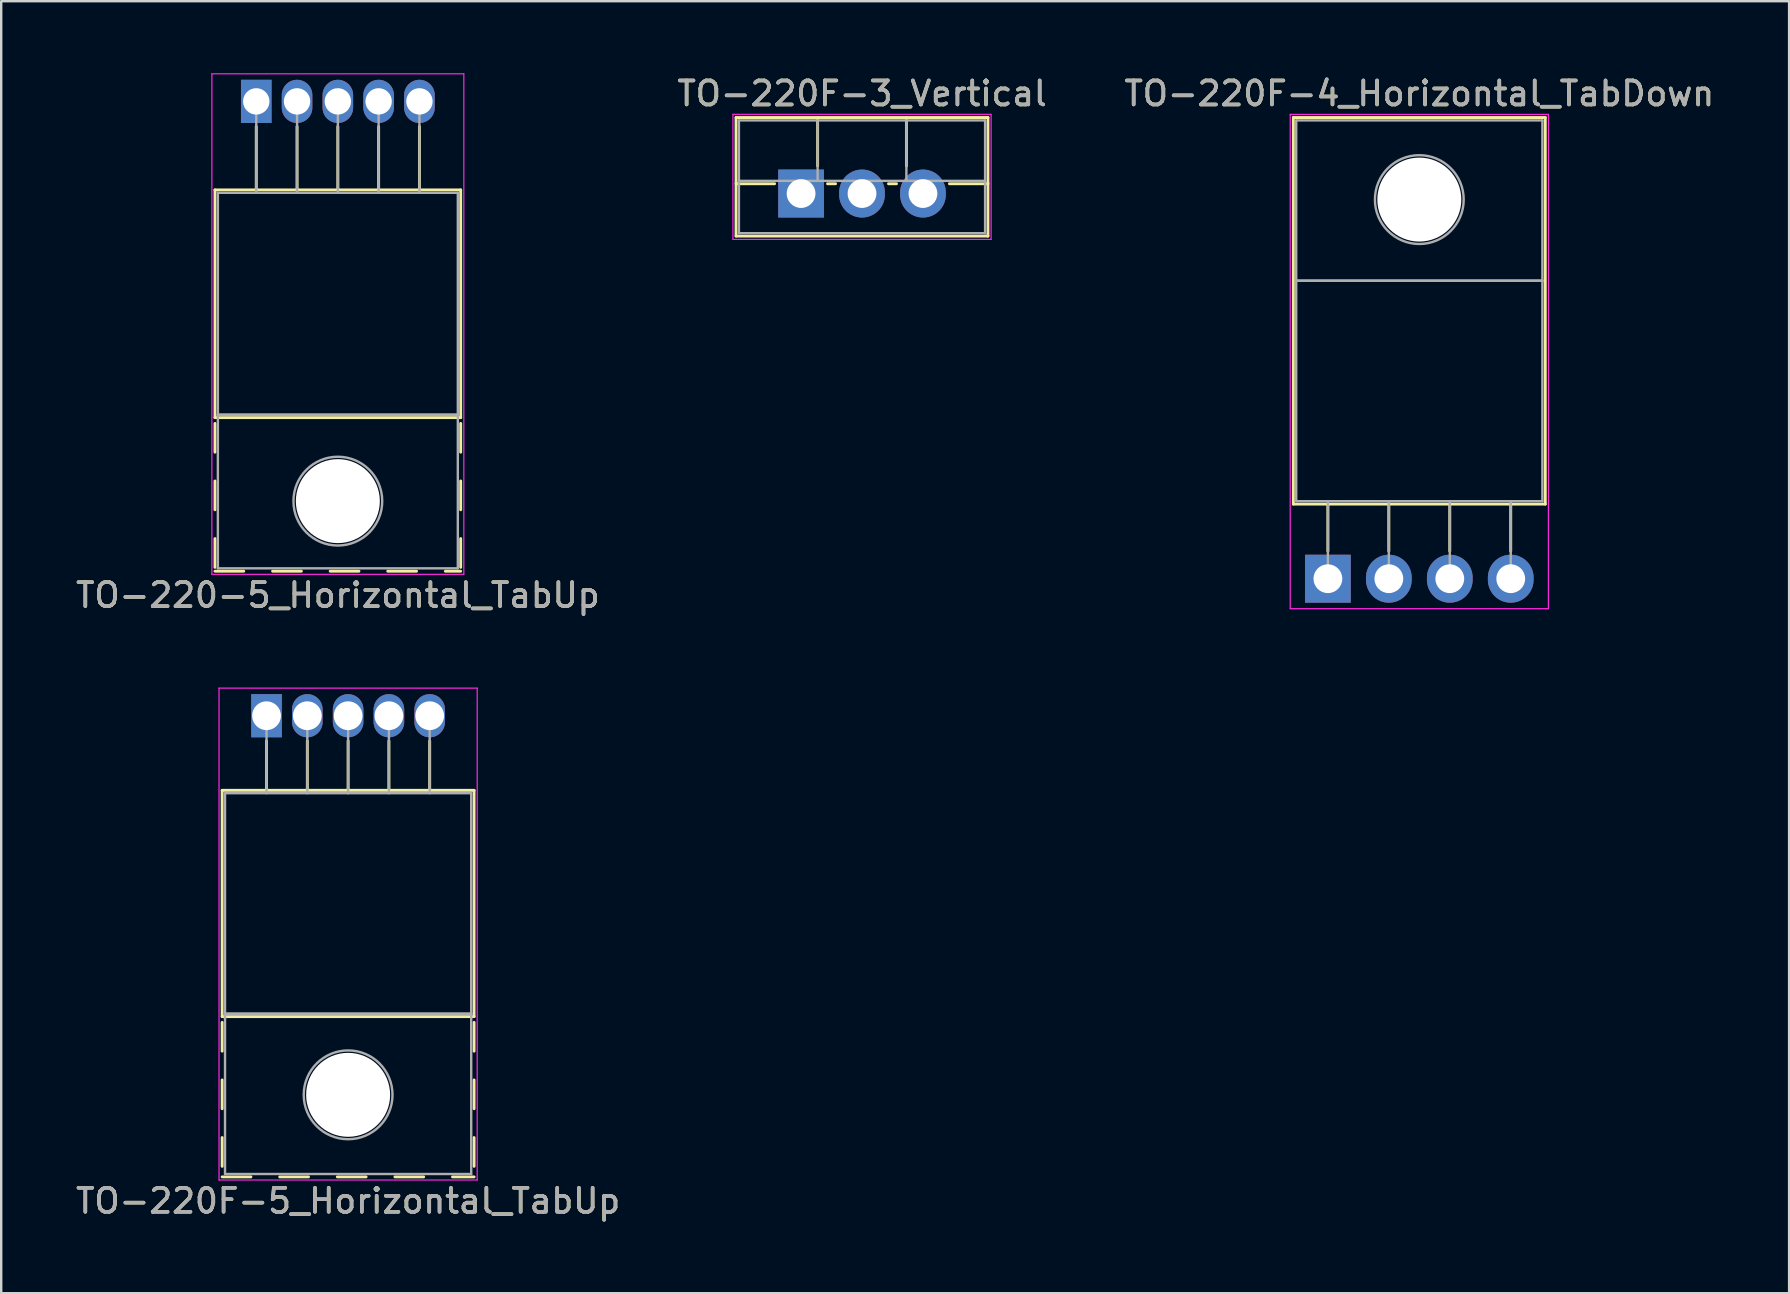
<source format=kicad_pcb>
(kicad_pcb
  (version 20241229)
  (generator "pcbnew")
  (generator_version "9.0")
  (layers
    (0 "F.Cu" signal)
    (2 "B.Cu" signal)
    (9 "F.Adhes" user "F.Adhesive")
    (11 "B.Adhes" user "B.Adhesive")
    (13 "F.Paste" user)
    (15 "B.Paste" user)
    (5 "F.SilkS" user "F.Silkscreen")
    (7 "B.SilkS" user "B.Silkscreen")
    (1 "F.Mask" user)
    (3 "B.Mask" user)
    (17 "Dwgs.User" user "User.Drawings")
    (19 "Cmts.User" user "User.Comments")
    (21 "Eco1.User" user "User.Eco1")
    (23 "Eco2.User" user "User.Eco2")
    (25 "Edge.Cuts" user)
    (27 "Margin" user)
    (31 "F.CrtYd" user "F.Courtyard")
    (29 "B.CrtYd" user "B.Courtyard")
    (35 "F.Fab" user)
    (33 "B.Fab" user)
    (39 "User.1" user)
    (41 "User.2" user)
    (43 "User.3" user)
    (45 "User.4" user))
  (footprint "TO-220F-5_Horizontal_TabUp"
    (layer "F.Cu")
    (at 8.058 26.778)
    (property "Reference" "TO-220F-5_Horizontal_TabUp" (at 3.4 20.22 0) (layer "F.SilkS") (effects (font (size 1 1) (thickness 0.15))))
    (attr through_hole)
    (fp_line (start -1.85 3.11) (end -1.85 12.54) (stroke (width 0.12) (type solid)) (layer "F.SilkS"))
    (fp_line (start -1.85 3.11) (end 8.65 3.11) (stroke (width 0.12) (type solid)) (layer "F.SilkS"))
    (fp_line (start -1.85 12.54) (end 8.65 12.54) (stroke (width 0.12) (type solid)) (layer "F.SilkS"))
    (fp_line (start -1.85 12.78) (end -1.85 13.98) (stroke (width 0.12) (type solid)) (layer "F.SilkS"))
    (fp_line (start -1.85 15.18) (end -1.85 16.38) (stroke (width 0.12) (type solid)) (layer "F.SilkS"))
    (fp_line (start -1.85 17.58) (end -1.85 18.78) (stroke (width 0.12) (type solid)) (layer "F.SilkS"))
    (fp_line (start -1.85 19.22) (end -0.651 19.22) (stroke (width 0.12) (type solid)) (layer "F.SilkS"))
    (fp_line (start 0 1.05) (end 0 3.11) (stroke (width 0.12) (type solid)) (layer "F.SilkS"))
    (fp_line (start 0.55 19.22) (end 1.75 19.22) (stroke (width 0.12) (type solid)) (layer "F.SilkS"))
    (fp_line (start 1.7 1.05) (end 1.7 3.11) (stroke (width 0.12) (type solid)) (layer "F.SilkS"))
    (fp_line (start 2.95 19.22) (end 4.15 19.22) (stroke (width 0.12) (type solid)) (layer "F.SilkS"))
    (fp_line (start 3.4 1.05) (end 3.4 3.11) (stroke (width 0.12) (type solid)) (layer "F.SilkS"))
    (fp_line (start 5.1 1.05) (end 5.1 3.11) (stroke (width 0.12) (type solid)) (layer "F.SilkS"))
    (fp_line (start 5.35 19.22) (end 6.55 19.22) (stroke (width 0.12) (type solid)) (layer "F.SilkS"))
    (fp_line (start 6.8 1.05) (end 6.8 3.11) (stroke (width 0.12) (type solid)) (layer "F.SilkS"))
    (fp_line (start 7.75 19.22) (end 8.65 19.22) (stroke (width 0.12) (type solid)) (layer "F.SilkS"))
    (fp_line (start 8.65 3.11) (end 8.65 12.54) (stroke (width 0.12) (type solid)) (layer "F.SilkS"))
    (fp_line (start 8.65 12.78) (end 8.65 13.98) (stroke (width 0.12) (type solid)) (layer "F.SilkS"))
    (fp_line (start 8.65 15.18) (end 8.65 16.38) (stroke (width 0.12) (type solid)) (layer "F.SilkS"))
    (fp_line (start 8.65 17.58) (end 8.65 18.78) (stroke (width 0.12) (type solid)) (layer "F.SilkS"))
    (fp_line (start -1.98 -1.15) (end -1.98 19.35) (stroke (width 0.05) (type solid)) (layer "F.CrtYd"))
    (fp_line (start -1.98 19.35) (end 8.78 19.35) (stroke (width 0.05) (type solid)) (layer "F.CrtYd"))
    (fp_line (start 8.78 -1.15) (end -1.98 -1.15) (stroke (width 0.05) (type solid)) (layer "F.CrtYd"))
    (fp_line (start 8.78 19.35) (end 8.78 -1.15) (stroke (width 0.05) (type solid)) (layer "F.CrtYd"))
    (fp_line (start -1.73 3.23) (end -1.73 12.42) (stroke (width 0.1) (type solid)) (layer "F.Fab"))
    (fp_line (start -1.73 12.42) (end -1.73 19.1) (stroke (width 0.1) (type solid)) (layer "F.Fab"))
    (fp_line (start -1.73 12.42) (end 8.53 12.42) (stroke (width 0.1) (type solid)) (layer "F.Fab"))
    (fp_line (start -1.73 19.1) (end 8.53 19.1) (stroke (width 0.1) (type solid)) (layer "F.Fab"))
    (fp_line (start 0 3.23) (end 0 0) (stroke (width 0.1) (type solid)) (layer "F.Fab"))
    (fp_line (start 1.7 3.23) (end 1.7 0) (stroke (width 0.1) (type solid)) (layer "F.Fab"))
    (fp_line (start 3.4 3.23) (end 3.4 0) (stroke (width 0.1) (type solid)) (layer "F.Fab"))
    (fp_line (start 5.1 3.23) (end 5.1 0) (stroke (width 0.1) (type solid)) (layer "F.Fab"))
    (fp_line (start 6.8 3.23) (end 6.8 0) (stroke (width 0.1) (type solid)) (layer "F.Fab"))
    (fp_line (start 8.53 3.23) (end -1.73 3.23) (stroke (width 0.1) (type solid)) (layer "F.Fab"))
    (fp_line (start 8.53 12.42) (end -1.73 12.42) (stroke (width 0.1) (type solid)) (layer "F.Fab"))
    (fp_line (start 8.53 12.42) (end 8.53 3.23) (stroke (width 0.1) (type solid)) (layer "F.Fab"))
    (fp_line (start 8.53 19.1) (end 8.53 12.42) (stroke (width 0.1) (type solid)) (layer "F.Fab"))
    (fp_circle (center 3.4 15.8) (end 5.25 15.8) (stroke (width 0.1) (type solid)) (fill no) (layer "F.Fab"))
    (fp_text user "${REFERENCE}" (at 3.4 20.22 0) (layer "F.Fab") (effects (font (size 1 1) (thickness 0.15))))
    (pad "" np_thru_hole oval (at 3.4 15.8) (size 3.5 3.5) (drill 3.5) (layers "*.Cu" "*.Mask"))
    (pad "1" thru_hole rect (at 0 0) (size 1.275 1.8) (drill 1.2) (layers "*.Cu" "*.Mask"))
    (pad "2" thru_hole oval (at 1.7 0) (size 1.275 1.8) (drill 1.2) (layers "*.Cu" "*.Mask"))
    (pad "3" thru_hole oval (at 3.4 0) (size 1.275 1.8) (drill 1.2) (layers "*.Cu" "*.Mask"))
    (pad "4" thru_hole oval (at 5.1 0) (size 1.275 1.8) (drill 1.2) (layers "*.Cu" "*.Mask"))
    (pad "5" thru_hole oval (at 6.8 0) (size 1.275 1.8) (drill 1.2) (layers "*.Cu" "*.Mask")))
  (footprint "TO-220F-3_Vertical"
    (layer "F.Cu")
    (at 30.335 5.016)
    (property "Reference" "TO-220F-3_Vertical" (at 2.54 -4.168 0) (layer "F.SilkS") (effects (font (size 1 1) (thickness 0.15))))
    (attr through_hole)
    (fp_line (start -2.71 -3.168) (end -2.71 1.773) (stroke (width 0.12) (type solid)) (layer "F.SilkS"))
    (fp_line (start -2.71 -3.168) (end 7.79 -3.168) (stroke (width 0.12) (type solid)) (layer "F.SilkS"))
    (fp_line (start -2.71 -0.408) (end -1.103 -0.408) (stroke (width 0.12) (type solid)) (layer "F.SilkS"))
    (fp_line (start -2.71 1.773) (end 7.79 1.773) (stroke (width 0.12) (type solid)) (layer "F.SilkS"))
    (fp_line (start 0.69 -3.168) (end 0.69 -1.15) (stroke (width 0.12) (type solid)) (layer "F.SilkS"))
    (fp_line (start 1.103 -0.408) (end 1.438 -0.408) (stroke (width 0.12) (type solid)) (layer "F.SilkS"))
    (fp_line (start 3.643 -0.408) (end 3.978 -0.408) (stroke (width 0.12) (type solid)) (layer "F.SilkS"))
    (fp_line (start 4.391 -3.168) (end 4.391 -1.15) (stroke (width 0.12) (type solid)) (layer "F.SilkS"))
    (fp_line (start 6.183 -0.408) (end 7.79 -0.408) (stroke (width 0.12) (type solid)) (layer "F.SilkS"))
    (fp_line (start 7.79 -3.168) (end 7.79 1.773) (stroke (width 0.12) (type solid)) (layer "F.SilkS"))
    (fp_line (start -2.84 -3.3) (end -2.84 1.91) (stroke (width 0.05) (type solid)) (layer "F.CrtYd"))
    (fp_line (start -2.84 1.91) (end 7.92 1.91) (stroke (width 0.05) (type solid)) (layer "F.CrtYd"))
    (fp_line (start 7.92 -3.3) (end -2.84 -3.3) (stroke (width 0.05) (type solid)) (layer "F.CrtYd"))
    (fp_line (start 7.92 1.91) (end 7.92 -3.3) (stroke (width 0.05) (type solid)) (layer "F.CrtYd"))
    (fp_line (start -2.59 -3.047) (end -2.59 1.653) (stroke (width 0.1) (type solid)) (layer "F.Fab"))
    (fp_line (start -2.59 -0.527) (end 7.67 -0.527) (stroke (width 0.1) (type solid)) (layer "F.Fab"))
    (fp_line (start -2.59 1.653) (end 7.67 1.653) (stroke (width 0.1) (type solid)) (layer "F.Fab"))
    (fp_line (start 0.69 -3.047) (end 0.69 -0.527) (stroke (width 0.1) (type solid)) (layer "F.Fab"))
    (fp_line (start 4.39 -3.047) (end 4.39 -0.527) (stroke (width 0.1) (type solid)) (layer "F.Fab"))
    (fp_line (start 7.67 -3.047) (end -2.59 -3.047) (stroke (width 0.1) (type solid)) (layer "F.Fab"))
    (fp_line (start 7.67 1.653) (end 7.67 -3.047) (stroke (width 0.1) (type solid)) (layer "F.Fab"))
    (fp_text user "${REFERENCE}" (at 2.54 -4.168 0) (layer "F.Fab") (effects (font (size 1 1) (thickness 0.15))))
    (pad "1" thru_hole rect (at 0 0) (size 1.905 2) (drill 1.2) (layers "*.Cu" "*.Mask"))
    (pad "2" thru_hole oval (at 2.54 0) (size 1.905 2) (drill 1.2) (layers "*.Cu" "*.Mask"))
    (pad "3" thru_hole oval (at 5.08 0) (size 1.905 2) (drill 1.2) (layers "*.Cu" "*.Mask")))
  (footprint "TO-220F-4_Horizontal_TabDown"
    (layer "F.Cu")
    (at 52.291 21.068)
    (property "Reference" "TO-220F-4_Horizontal_TabDown" (at 3.81 -20.22 0) (layer "F.SilkS") (effects (font (size 1 1) (thickness 0.15))))
    (attr through_hole)
    (fp_line (start -1.44 -19.22) (end -1.44 -3.11) (stroke (width 0.12) (type solid)) (layer "F.SilkS"))
    (fp_line (start -1.44 -19.22) (end 9.06 -19.22) (stroke (width 0.12) (type solid)) (layer "F.SilkS"))
    (fp_line (start -1.44 -3.11) (end 9.06 -3.11) (stroke (width 0.12) (type solid)) (layer "F.SilkS"))
    (fp_line (start 0 -3.11) (end 0 -1.15) (stroke (width 0.12) (type solid)) (layer "F.SilkS"))
    (fp_line (start 2.54 -3.11) (end 2.54 -1.15) (stroke (width 0.12) (type solid)) (layer "F.SilkS"))
    (fp_line (start 5.08 -3.11) (end 5.08 -1.15) (stroke (width 0.12) (type solid)) (layer "F.SilkS"))
    (fp_line (start 7.62 -3.11) (end 7.62 -1.15) (stroke (width 0.12) (type solid)) (layer "F.SilkS"))
    (fp_line (start 9.06 -19.22) (end 9.06 -3.11) (stroke (width 0.12) (type solid)) (layer "F.SilkS"))
    (fp_line (start -1.57 -19.35) (end -1.57 1.25) (stroke (width 0.05) (type solid)) (layer "F.CrtYd"))
    (fp_line (start -1.57 1.25) (end 9.19 1.25) (stroke (width 0.05) (type solid)) (layer "F.CrtYd"))
    (fp_line (start 9.19 -19.35) (end -1.57 -19.35) (stroke (width 0.05) (type solid)) (layer "F.CrtYd"))
    (fp_line (start 9.19 1.25) (end 9.19 -19.35) (stroke (width 0.05) (type solid)) (layer "F.CrtYd"))
    (fp_line (start -1.32 -19.1) (end 8.94 -19.1) (stroke (width 0.1) (type solid)) (layer "F.Fab"))
    (fp_line (start -1.32 -12.42) (end -1.32 -19.1) (stroke (width 0.1) (type solid)) (layer "F.Fab"))
    (fp_line (start -1.32 -12.42) (end 8.94 -12.42) (stroke (width 0.1) (type solid)) (layer "F.Fab"))
    (fp_line (start -1.32 -3.23) (end -1.32 -12.42) (stroke (width 0.1) (type solid)) (layer "F.Fab"))
    (fp_line (start 0 -3.23) (end 0 0) (stroke (width 0.1) (type solid)) (layer "F.Fab"))
    (fp_line (start 2.54 -3.23) (end 2.54 0) (stroke (width 0.1) (type solid)) (layer "F.Fab"))
    (fp_line (start 5.08 -3.23) (end 5.08 0) (stroke (width 0.1) (type solid)) (layer "F.Fab"))
    (fp_line (start 7.62 -3.23) (end 7.62 0) (stroke (width 0.1) (type solid)) (layer "F.Fab"))
    (fp_line (start 8.94 -19.1) (end 8.94 -12.42) (stroke (width 0.1) (type solid)) (layer "F.Fab"))
    (fp_line (start 8.94 -12.42) (end -1.32 -12.42) (stroke (width 0.1) (type solid)) (layer "F.Fab"))
    (fp_line (start 8.94 -12.42) (end 8.94 -3.23) (stroke (width 0.1) (type solid)) (layer "F.Fab"))
    (fp_line (start 8.94 -3.23) (end -1.32 -3.23) (stroke (width 0.1) (type solid)) (layer "F.Fab"))
    (fp_circle (center 3.81 -15.8) (end 5.66 -15.8) (stroke (width 0.1) (type solid)) (fill no) (layer "F.Fab"))
    (fp_text user "${REFERENCE}" (at 3.81 -20.22 0) (layer "F.Fab") (effects (font (size 1 1) (thickness 0.15))))
    (pad "" np_thru_hole oval (at 3.81 -15.8) (size 3.5 3.5) (drill 3.5) (layers "*.Cu" "*.Mask"))
    (pad "1" thru_hole rect (at 0 0) (size 1.905 2) (drill 1.2) (layers "*.Cu" "*.Mask"))
    (pad "2" thru_hole oval (at 2.54 0) (size 1.905 2) (drill 1.2) (layers "*.Cu" "*.Mask"))
    (pad "3" thru_hole oval (at 5.08 0) (size 1.905 2) (drill 1.2) (layers "*.Cu" "*.Mask"))
    (pad "4" thru_hole oval (at 7.62 0) (size 1.905 2) (drill 1.2) (layers "*.Cu" "*.Mask")))
  (footprint "TO-220-5_Horizontal_TabUp"
    (layer "F.Cu")
    (at 7.63 1.175)
    (property "Reference" "TO-220-5_Horizontal_TabUp" (at 3.4 20.58 0) (layer "F.SilkS") (effects (font (size 1 1) (thickness 0.15))))
    (attr through_hole)
    (fp_line (start -1.721 3.69) (end -1.721 13.18) (stroke (width 0.12) (type solid)) (layer "F.SilkS"))
    (fp_line (start -1.721 3.69) (end 8.52 3.69) (stroke (width 0.12) (type solid)) (layer "F.SilkS"))
    (fp_line (start -1.721 13.18) (end 8.52 13.18) (stroke (width 0.12) (type solid)) (layer "F.SilkS"))
    (fp_line (start -1.721 13.42) (end -1.721 14.62) (stroke (width 0.12) (type solid)) (layer "F.SilkS"))
    (fp_line (start -1.721 15.82) (end -1.721 17.02) (stroke (width 0.12) (type solid)) (layer "F.SilkS"))
    (fp_line (start -1.721 18.22) (end -1.721 19.42) (stroke (width 0.12) (type solid)) (layer "F.SilkS"))
    (fp_line (start -1.721 19.58) (end -0.521 19.58) (stroke (width 0.12) (type solid)) (layer "F.SilkS"))
    (fp_line (start 0 1.05) (end 0 3.69) (stroke (width 0.12) (type solid)) (layer "F.SilkS"))
    (fp_line (start 0.68 19.58) (end 1.88 19.58) (stroke (width 0.12) (type solid)) (layer "F.SilkS"))
    (fp_line (start 1.7 1.05) (end 1.7 3.69) (stroke (width 0.12) (type solid)) (layer "F.SilkS"))
    (fp_line (start 3.08 19.58) (end 4.28 19.58) (stroke (width 0.12) (type solid)) (layer "F.SilkS"))
    (fp_line (start 3.4 1.05) (end 3.4 3.69) (stroke (width 0.12) (type solid)) (layer "F.SilkS"))
    (fp_line (start 5.1 1.05) (end 5.1 3.69) (stroke (width 0.12) (type solid)) (layer "F.SilkS"))
    (fp_line (start 5.48 19.58) (end 6.68 19.58) (stroke (width 0.12) (type solid)) (layer "F.SilkS"))
    (fp_line (start 6.8 1.05) (end 6.8 3.69) (stroke (width 0.12) (type solid)) (layer "F.SilkS"))
    (fp_line (start 7.88 19.58) (end 8.52 19.58) (stroke (width 0.12) (type solid)) (layer "F.SilkS"))
    (fp_line (start 8.52 3.69) (end 8.52 13.18) (stroke (width 0.12) (type solid)) (layer "F.SilkS"))
    (fp_line (start 8.52 13.42) (end 8.52 14.62) (stroke (width 0.12) (type solid)) (layer "F.SilkS"))
    (fp_line (start 8.52 15.82) (end 8.52 17.02) (stroke (width 0.12) (type solid)) (layer "F.SilkS"))
    (fp_line (start 8.52 18.22) (end 8.52 19.42) (stroke (width 0.12) (type solid)) (layer "F.SilkS"))
    (fp_line (start -1.85 -1.15) (end -1.85 19.71) (stroke (width 0.05) (type solid)) (layer "F.CrtYd"))
    (fp_line (start -1.85 19.71) (end 8.65 19.71) (stroke (width 0.05) (type solid)) (layer "F.CrtYd"))
    (fp_line (start 8.65 -1.15) (end -1.85 -1.15) (stroke (width 0.05) (type solid)) (layer "F.CrtYd"))
    (fp_line (start 8.65 19.71) (end 8.65 -1.15) (stroke (width 0.05) (type solid)) (layer "F.CrtYd"))
    (fp_line (start -1.6 3.81) (end -1.6 13.06) (stroke (width 0.1) (type solid)) (layer "F.Fab"))
    (fp_line (start -1.6 13.06) (end -1.6 19.46) (stroke (width 0.1) (type solid)) (layer "F.Fab"))
    (fp_line (start -1.6 13.06) (end 8.4 13.06) (stroke (width 0.1) (type solid)) (layer "F.Fab"))
    (fp_line (start -1.6 19.46) (end 8.4 19.46) (stroke (width 0.1) (type solid)) (layer "F.Fab"))
    (fp_line (start 0 3.81) (end 0 0) (stroke (width 0.1) (type solid)) (layer "F.Fab"))
    (fp_line (start 1.7 3.81) (end 1.7 0) (stroke (width 0.1) (type solid)) (layer "F.Fab"))
    (fp_line (start 3.4 3.81) (end 3.4 0) (stroke (width 0.1) (type solid)) (layer "F.Fab"))
    (fp_line (start 5.1 3.81) (end 5.1 0) (stroke (width 0.1) (type solid)) (layer "F.Fab"))
    (fp_line (start 6.8 3.81) (end 6.8 0) (stroke (width 0.1) (type solid)) (layer "F.Fab"))
    (fp_line (start 8.4 3.81) (end -1.6 3.81) (stroke (width 0.1) (type solid)) (layer "F.Fab"))
    (fp_line (start 8.4 13.06) (end -1.6 13.06) (stroke (width 0.1) (type solid)) (layer "F.Fab"))
    (fp_line (start 8.4 13.06) (end 8.4 3.81) (stroke (width 0.1) (type solid)) (layer "F.Fab"))
    (fp_line (start 8.4 19.46) (end 8.4 13.06) (stroke (width 0.1) (type solid)) (layer "F.Fab"))
    (fp_circle (center 3.4 16.66) (end 5.25 16.66) (stroke (width 0.1) (type solid)) (fill no) (layer "F.Fab"))
    (fp_text user "${REFERENCE}" (at 3.4 20.58 0) (layer "F.Fab") (effects (font (size 1 1) (thickness 0.15))))
    (pad "" np_thru_hole oval (at 3.4 16.66) (size 3.5 3.5) (drill 3.5) (layers "*.Cu" "*.Mask"))
    (pad "1" thru_hole rect (at 0 0) (size 1.275 1.8) (drill 1.1) (layers "*.Cu" "*.Mask"))
    (pad "2" thru_hole oval (at 1.7 0) (size 1.275 1.8) (drill 1.1) (layers "*.Cu" "*.Mask"))
    (pad "3" thru_hole oval (at 3.4 0) (size 1.275 1.8) (drill 1.1) (layers "*.Cu" "*.Mask"))
    (pad "4" thru_hole oval (at 5.1 0) (size 1.275 1.8) (drill 1.1) (layers "*.Cu" "*.Mask"))
    (pad "5" thru_hole oval (at 6.8 0) (size 1.275 1.8) (drill 1.1) (layers "*.Cu" "*.Mask")))
  (gr_rect
    (start -3 -3)
    (end 71.512 50.846)
    (stroke (width 0.1) (type default))
    (fill no)
    (layer "Edge.Cuts")))
</source>
